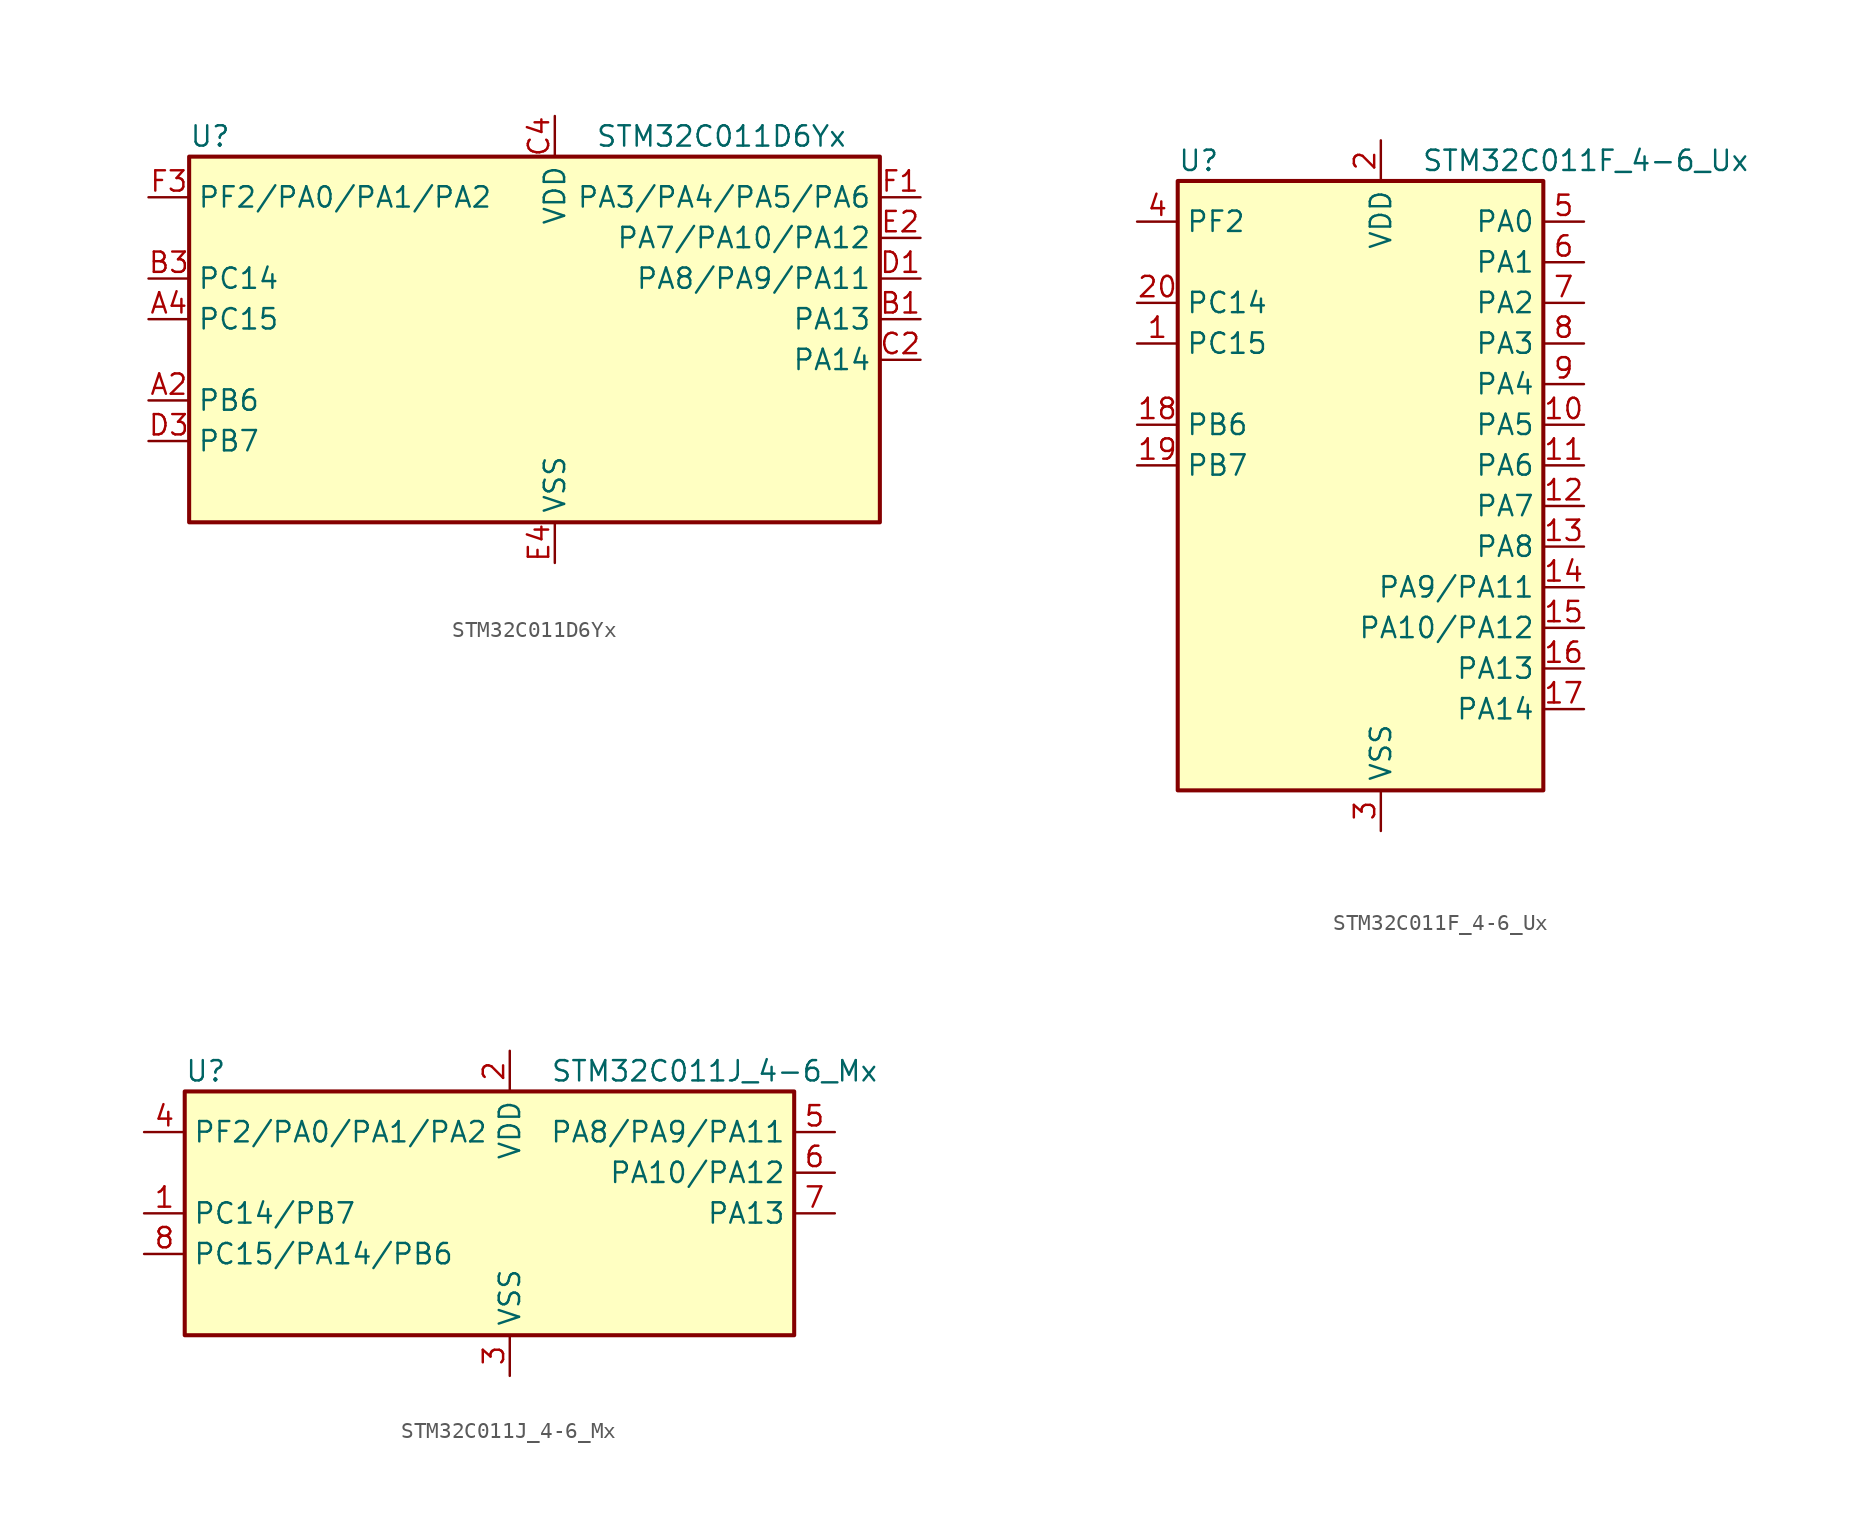
<source format=kicad_sym>
(kicad_symbol_lib
  (version 20211014)
  (generator kicad-library-utils)
  (symbol "STM32C011D6Yx"
    (property "Reference" "U"
      (at -20.32 13.97 0)
      (effects (font (size 1.27 1.27)) (justify left)))
    (property "Value" "STM32C011D6Yx"
      (at 5.08 13.97 0)
      (effects (font (size 1.27 1.27)) (justify left)))
    (property "ki_fp_filters" "ST*WLCSP*Die443*"
      (at 0.0 0.0 0.0)
      (effects (font (size 1.27 1.27))))
    (symbol "STM32C011D6Yx_0_1"
      (rectangle (start -20.32 -10.16) (end 22.86 12.7) (stroke (width 0.254)) (fill (type background))))
    (symbol "STM32C011D6Yx_1_1"
      (pin bidirectional line (at -22.86 10.16 0) (length 2.54) (name "PF2/PA0/PA1/PA2" (effects (font (size 1.27 1.27)))) (number "F3" (effects (font (size 1.27 1.27)))) (alternate "RCC_MCO" bidirectional line) (alternate "TIM1_CH4" bidirectional line))
      (pin bidirectional line (at -22.86 5.08 0) (length 2.54) (name "PC14" (effects (font (size 1.27 1.27)))) (number "B3" (effects (font (size 1.27 1.27)))) (alternate "I2C1_SDA" bidirectional line) (alternate "IR_OUT" bidirectional line) (alternate "RCC_OSCX_IN" bidirectional line) (alternate "TIM17_CH1" bidirectional line) (alternate "TIM1_BKIN2" bidirectional line) (alternate "TIM1_ETR" bidirectional line) (alternate "TIM3_CH2" bidirectional line) (alternate "USART1_TX" bidirectional line) (alternate "USART2_CK" bidirectional line) (alternate "USART2_DE" bidirectional line) (alternate "USART2_RTS" bidirectional line))
      (pin bidirectional line (at -22.86 2.54 0) (length 2.54) (name "PC15" (effects (font (size 1.27 1.27)))) (number "A4" (effects (font (size 1.27 1.27)))) (alternate "RCC_OSC32_EN" bidirectional line) (alternate "RCC_OSCX_OUT" bidirectional line) (alternate "RCC_OSC_EN" bidirectional line) (alternate "TIM1_ETR" bidirectional line) (alternate "TIM3_CH3" bidirectional line))
      (pin bidirectional line (at -22.86 -2.54 0) (length 2.54) (name "PB6" (effects (font (size 1.27 1.27)))) (number "A2" (effects (font (size 1.27 1.27)))) (alternate "I2C1_SCL" bidirectional line) (alternate "I2C1_SMBA" bidirectional line) (alternate "I2S1_CK" bidirectional line) (alternate "I2S1_MCK" bidirectional line) (alternate "I2S1_SD" bidirectional line) (alternate "PWR_WKUP3" bidirectional line) (alternate "SPI1_MISO" bidirectional line) (alternate "SPI1_MOSI" bidirectional line) (alternate "SPI1_SCK" bidirectional line) (alternate "TIM16_BKIN" bidirectional line) (alternate "TIM16_CH1N" bidirectional line) (alternate "TIM17_BKIN" bidirectional line) (alternate "TIM1_CH2" bidirectional line) (alternate "TIM1_CH3" bidirectional line) (alternate "TIM3_CH1" bidirectional line) (alternate "TIM3_CH2" bidirectional line) (alternate "TIM3_CH3" bidirectional line) (alternate "USART1_CK" bidirectional line) (alternate "USART1_CTS" bidirectional line) (alternate "USART1_DE" bidirectional line) (alternate "USART1_NSS" bidirectional line) (alternate "USART1_RTS" bidirectional line) (alternate "USART1_TX" bidirectional line))
      (pin bidirectional line (at -22.86 -5.08 0) (length 2.54) (name "PB7" (effects (font (size 1.27 1.27)))) (number "D3" (effects (font (size 1.27 1.27)))) (alternate "I2C1_SCL" bidirectional line) (alternate "I2C1_SDA" bidirectional line) (alternate "RTC_REFIN" bidirectional line) (alternate "TIM16_CH1" bidirectional line) (alternate "TIM17_CH1N" bidirectional line) (alternate "TIM1_CH4" bidirectional line) (alternate "TIM3_CH1" bidirectional line) (alternate "TIM3_CH4" bidirectional line) (alternate "USART1_RX" bidirectional line) (alternate "USART2_CTS" bidirectional line) (alternate "USART2_NSS" bidirectional line))
      (pin bidirectional line (at 25.4 10.16 180) (length 2.54) (name "PA3/PA4/PA5/PA6" (effects (font (size 1.27 1.27)))) (number "F1" (effects (font (size 1.27 1.27)))) (alternate "ADC1_IN3" bidirectional line) (alternate "TIM1_CH1N" bidirectional line) (alternate "TIM1_CH4" bidirectional line) (alternate "USART2_RX" bidirectional line))
      (pin bidirectional line (at 25.4 7.62 180) (length 2.54) (name "PA7/PA10/PA12" (effects (font (size 1.27 1.27)))) (number "E2" (effects (font (size 1.27 1.27)))) (alternate "ADC1_IN7" bidirectional line) (alternate "I2S1_SD" bidirectional line) (alternate "SPI1_MOSI" bidirectional line) (alternate "TIM14_CH1" bidirectional line) (alternate "TIM17_CH1" bidirectional line) (alternate "TIM1_CH1N" bidirectional line) (alternate "TIM3_CH2" bidirectional line))
      (pin bidirectional line (at 25.4 5.08 180) (length 2.54) (name "PA8/PA9/PA11" (effects (font (size 1.27 1.27)))) (number "D1" (effects (font (size 1.27 1.27)))) (alternate "ADC1_IN8" bidirectional line) (alternate "I2S1_WS" bidirectional line) (alternate "RCC_MCO" bidirectional line) (alternate "RCC_MCO_2" bidirectional line) (alternate "SPI1_NSS" bidirectional line) (alternate "TIM14_CH1" bidirectional line) (alternate "TIM1_CH1" bidirectional line) (alternate "TIM1_CH2N" bidirectional line) (alternate "TIM1_CH3N" bidirectional line) (alternate "TIM3_CH3" bidirectional line) (alternate "TIM3_CH4" bidirectional line) (alternate "USART1_RX" bidirectional line) (alternate "USART2_TX" bidirectional line))
      (pin bidirectional line (at 25.4 2.54 180) (length 2.54) (name "PA13" (effects (font (size 1.27 1.27)))) (number "B1" (effects (font (size 1.27 1.27)))) (alternate "ADC1_IN13" bidirectional line) (alternate "DEBUG_SWDIO" bidirectional line) (alternate "IR_OUT" bidirectional line) (alternate "TIM3_ETR" bidirectional line) (alternate "USART2_RX" bidirectional line))
      (pin bidirectional line (at 25.4 0.0 180) (length 2.54) (name "PA14" (effects (font (size 1.27 1.27)))) (number "C2" (effects (font (size 1.27 1.27)))) (alternate "ADC1_IN14" bidirectional line) (alternate "DEBUG_SWCLK" bidirectional line) (alternate "I2S1_WS" bidirectional line) (alternate "RCC_MCO_2" bidirectional line) (alternate "SPI1_NSS" bidirectional line) (alternate "TIM1_CH1" bidirectional line) (alternate "USART1_CK" bidirectional line) (alternate "USART1_DE" bidirectional line) (alternate "USART1_RTS" bidirectional line) (alternate "USART2_RX" bidirectional line) (alternate "USART2_TX" bidirectional line))
      (pin power_in line (at 2.54 15.24 270) (length 2.54) (name "VDD" (effects (font (size 1.27 1.27)))) (number "C4" (effects (font (size 1.27 1.27)))))
      (pin power_in line (at 2.54 -12.7 90) (length 2.54) (name "VSS" (effects (font (size 1.27 1.27)))) (number "E4" (effects (font (size 1.27 1.27)))))))
  (symbol "STM32C011F_4-6_Ux"
    (property "Reference" "U"
      (at -10.16 21.59 0)
      (effects (font (size 1.27 1.27)) (justify left)))
    (property "Value" "STM32C011F_4-6_Ux"
      (at 5.08 21.59 0)
      (effects (font (size 1.27 1.27)) (justify left)))
    (property "ki_fp_filters" "ST*UFQFPN*3x3mm*P0.5mm*"
      (at 0.0 0.0 0.0)
      (effects (font (size 1.27 1.27))))
    (symbol "STM32C011F_4-6_Ux_0_1"
      (rectangle (start -10.16 -17.78) (end 12.7 20.32) (stroke (width 0.254)) (fill (type background))))
    (symbol "STM32C011F_4-6_Ux_1_1"
      (pin bidirectional line (at -12.7 17.78 0) (length 2.54) (name "PF2" (effects (font (size 1.27 1.27)))) (number "4" (effects (font (size 1.27 1.27)))) (alternate "RCC_MCO" bidirectional line) (alternate "TIM1_CH4" bidirectional line))
      (pin bidirectional line (at -12.7 12.7 0) (length 2.54) (name "PC14" (effects (font (size 1.27 1.27)))) (number "20" (effects (font (size 1.27 1.27)))) (alternate "I2C1_SDA" bidirectional line) (alternate "IR_OUT" bidirectional line) (alternate "RCC_OSCX_IN" bidirectional line) (alternate "TIM17_CH1" bidirectional line) (alternate "TIM1_BKIN2" bidirectional line) (alternate "TIM1_ETR" bidirectional line) (alternate "TIM3_CH2" bidirectional line) (alternate "USART1_TX" bidirectional line) (alternate "USART2_CK" bidirectional line) (alternate "USART2_DE" bidirectional line) (alternate "USART2_RTS" bidirectional line))
      (pin bidirectional line (at -12.7 10.16 0) (length 2.54) (name "PC15" (effects (font (size 1.27 1.27)))) (number "1" (effects (font (size 1.27 1.27)))) (alternate "RCC_OSC32_EN" bidirectional line) (alternate "RCC_OSCX_OUT" bidirectional line) (alternate "RCC_OSC_EN" bidirectional line) (alternate "TIM1_ETR" bidirectional line) (alternate "TIM3_CH3" bidirectional line))
      (pin bidirectional line (at -12.7 5.08 0) (length 2.54) (name "PB6" (effects (font (size 1.27 1.27)))) (number "18" (effects (font (size 1.27 1.27)))) (alternate "I2C1_SCL" bidirectional line) (alternate "I2C1_SMBA" bidirectional line) (alternate "I2S1_CK" bidirectional line) (alternate "I2S1_MCK" bidirectional line) (alternate "I2S1_SD" bidirectional line) (alternate "PWR_WKUP3" bidirectional line) (alternate "SPI1_MISO" bidirectional line) (alternate "SPI1_MOSI" bidirectional line) (alternate "SPI1_SCK" bidirectional line) (alternate "TIM16_BKIN" bidirectional line) (alternate "TIM16_CH1N" bidirectional line) (alternate "TIM17_BKIN" bidirectional line) (alternate "TIM1_CH2" bidirectional line) (alternate "TIM1_CH3" bidirectional line) (alternate "TIM3_CH1" bidirectional line) (alternate "TIM3_CH2" bidirectional line) (alternate "TIM3_CH3" bidirectional line) (alternate "USART1_CK" bidirectional line) (alternate "USART1_CTS" bidirectional line) (alternate "USART1_DE" bidirectional line) (alternate "USART1_NSS" bidirectional line) (alternate "USART1_RTS" bidirectional line) (alternate "USART1_TX" bidirectional line))
      (pin bidirectional line (at -12.7 2.54 0) (length 2.54) (name "PB7" (effects (font (size 1.27 1.27)))) (number "19" (effects (font (size 1.27 1.27)))) (alternate "I2C1_SCL" bidirectional line) (alternate "I2C1_SDA" bidirectional line) (alternate "RTC_REFIN" bidirectional line) (alternate "TIM16_CH1" bidirectional line) (alternate "TIM17_CH1N" bidirectional line) (alternate "TIM1_CH4" bidirectional line) (alternate "TIM3_CH1" bidirectional line) (alternate "TIM3_CH4" bidirectional line) (alternate "USART1_RX" bidirectional line) (alternate "USART2_CTS" bidirectional line) (alternate "USART2_NSS" bidirectional line))
      (pin bidirectional line (at 15.24 17.78 180) (length 2.54) (name "PA0" (effects (font (size 1.27 1.27)))) (number "5" (effects (font (size 1.27 1.27)))) (alternate "ADC1_IN0" bidirectional line) (alternate "PWR_WKUP1" bidirectional line) (alternate "TIM16_CH1" bidirectional line) (alternate "TIM1_CH1" bidirectional line) (alternate "USART1_TX" bidirectional line) (alternate "USART2_CTS" bidirectional line) (alternate "USART2_NSS" bidirectional line))
      (pin bidirectional line (at 15.24 15.24 180) (length 2.54) (name "PA1" (effects (font (size 1.27 1.27)))) (number "6" (effects (font (size 1.27 1.27)))) (alternate "ADC1_IN1" bidirectional line) (alternate "I2C1_SMBA" bidirectional line) (alternate "I2S1_CK" bidirectional line) (alternate "SPI1_SCK" bidirectional line) (alternate "TIM17_CH1" bidirectional line) (alternate "TIM1_CH2" bidirectional line) (alternate "USART1_RX" bidirectional line) (alternate "USART2_CK" bidirectional line) (alternate "USART2_DE" bidirectional line) (alternate "USART2_RTS" bidirectional line))
      (pin bidirectional line (at 15.24 12.7 180) (length 2.54) (name "PA2" (effects (font (size 1.27 1.27)))) (number "7" (effects (font (size 1.27 1.27)))) (alternate "ADC1_IN2" bidirectional line) (alternate "I2S1_SD" bidirectional line) (alternate "PWR_WKUP4" bidirectional line) (alternate "RCC_LSCO" bidirectional line) (alternate "SPI1_MOSI" bidirectional line) (alternate "TIM16_CH1N" bidirectional line) (alternate "TIM1_CH3" bidirectional line) (alternate "TIM3_ETR" bidirectional line) (alternate "USART2_TX" bidirectional line))
      (pin bidirectional line (at 15.24 10.16 180) (length 2.54) (name "PA3" (effects (font (size 1.27 1.27)))) (number "8" (effects (font (size 1.27 1.27)))) (alternate "ADC1_IN3" bidirectional line) (alternate "TIM1_CH1N" bidirectional line) (alternate "TIM1_CH4" bidirectional line) (alternate "USART2_RX" bidirectional line))
      (pin bidirectional line (at 15.24 7.62 180) (length 2.54) (name "PA4" (effects (font (size 1.27 1.27)))) (number "9" (effects (font (size 1.27 1.27)))) (alternate "ADC1_IN4" bidirectional line) (alternate "I2S1_WS" bidirectional line) (alternate "PWR_WKUP2" bidirectional line) (alternate "RTC_OUT1" bidirectional line) (alternate "RTC_TS" bidirectional line) (alternate "SPI1_NSS" bidirectional line) (alternate "TIM14_CH1" bidirectional line) (alternate "TIM17_CH1N" bidirectional line) (alternate "TIM1_CH2N" bidirectional line) (alternate "USART2_TX" bidirectional line))
      (pin bidirectional line (at 15.24 5.08 180) (length 2.54) (name "PA5" (effects (font (size 1.27 1.27)))) (number "10" (effects (font (size 1.27 1.27)))) (alternate "ADC1_IN5" bidirectional line) (alternate "I2S1_CK" bidirectional line) (alternate "SPI1_SCK" bidirectional line) (alternate "TIM1_CH1" bidirectional line) (alternate "TIM1_CH3N" bidirectional line) (alternate "USART2_RX" bidirectional line))
      (pin bidirectional line (at 15.24 2.54 180) (length 2.54) (name "PA6" (effects (font (size 1.27 1.27)))) (number "11" (effects (font (size 1.27 1.27)))) (alternate "ADC1_IN6" bidirectional line) (alternate "I2S1_MCK" bidirectional line) (alternate "SPI1_MISO" bidirectional line) (alternate "TIM16_CH1" bidirectional line) (alternate "TIM1_BKIN" bidirectional line) (alternate "TIM3_CH1" bidirectional line))
      (pin bidirectional line (at 15.24 0.0 180) (length 2.54) (name "PA7" (effects (font (size 1.27 1.27)))) (number "12" (effects (font (size 1.27 1.27)))) (alternate "ADC1_IN7" bidirectional line) (alternate "I2S1_SD" bidirectional line) (alternate "SPI1_MOSI" bidirectional line) (alternate "TIM14_CH1" bidirectional line) (alternate "TIM17_CH1" bidirectional line) (alternate "TIM1_CH1N" bidirectional line) (alternate "TIM3_CH2" bidirectional line))
      (pin bidirectional line (at 15.24 -2.54 180) (length 2.54) (name "PA8" (effects (font (size 1.27 1.27)))) (number "13" (effects (font (size 1.27 1.27)))) (alternate "ADC1_IN8" bidirectional line) (alternate "I2S1_WS" bidirectional line) (alternate "RCC_MCO" bidirectional line) (alternate "RCC_MCO_2" bidirectional line) (alternate "SPI1_NSS" bidirectional line) (alternate "TIM14_CH1" bidirectional line) (alternate "TIM1_CH1" bidirectional line) (alternate "TIM1_CH2N" bidirectional line) (alternate "TIM1_CH3N" bidirectional line) (alternate "TIM3_CH3" bidirectional line) (alternate "TIM3_CH4" bidirectional line) (alternate "USART1_RX" bidirectional line) (alternate "USART2_TX" bidirectional line))
      (pin bidirectional line (at 15.24 -5.08 180) (length 2.54) (name "PA9/PA11" (effects (font (size 1.27 1.27)))) (number "14" (effects (font (size 1.27 1.27)))) (alternate "I2C1_SCL" bidirectional line) (alternate "RCC_MCO" bidirectional line) (alternate "TIM1_CH2" bidirectional line) (alternate "TIM3_ETR" bidirectional line) (alternate "USART1_TX" bidirectional line))
      (pin bidirectional line (at 15.24 -7.62 180) (length 2.54) (name "PA10/PA12" (effects (font (size 1.27 1.27)))) (number "15" (effects (font (size 1.27 1.27)))) (alternate "I2C1_SDA" bidirectional line) (alternate "RCC_MCO_2" bidirectional line) (alternate "TIM17_BKIN" bidirectional line) (alternate "TIM1_CH3" bidirectional line) (alternate "USART1_RX" bidirectional line))
      (pin bidirectional line (at 15.24 -10.16 180) (length 2.54) (name "PA13" (effects (font (size 1.27 1.27)))) (number "16" (effects (font (size 1.27 1.27)))) (alternate "ADC1_IN13" bidirectional line) (alternate "DEBUG_SWDIO" bidirectional line) (alternate "IR_OUT" bidirectional line) (alternate "TIM3_ETR" bidirectional line) (alternate "USART2_RX" bidirectional line))
      (pin bidirectional line (at 15.24 -12.7 180) (length 2.54) (name "PA14" (effects (font (size 1.27 1.27)))) (number "17" (effects (font (size 1.27 1.27)))) (alternate "ADC1_IN14" bidirectional line) (alternate "DEBUG_SWCLK" bidirectional line) (alternate "I2S1_WS" bidirectional line) (alternate "RCC_MCO_2" bidirectional line) (alternate "SPI1_NSS" bidirectional line) (alternate "TIM1_CH1" bidirectional line) (alternate "USART1_CK" bidirectional line) (alternate "USART1_DE" bidirectional line) (alternate "USART1_RTS" bidirectional line) (alternate "USART2_RX" bidirectional line) (alternate "USART2_TX" bidirectional line))
      (pin power_in line (at 2.54 22.86 270) (length 2.54) (name "VDD" (effects (font (size 1.27 1.27)))) (number "2" (effects (font (size 1.27 1.27)))))
      (pin power_in line (at 2.54 -20.32 90) (length 2.54) (name "VSS" (effects (font (size 1.27 1.27)))) (number "3" (effects (font (size 1.27 1.27)))))))
  (symbol "STM32C011J_4-6_Mx"
    (property "Reference" "U"
      (at -17.78 8.89 0)
      (effects (font (size 1.27 1.27)) (justify left)))
    (property "Value" "STM32C011J_4-6_Mx"
      (at 5.08 8.89 0)
      (effects (font (size 1.27 1.27)) (justify left)))
    (property "ki_fp_filters" "SO*3.9x4.9mm*P1.27mm*"
      (at 0.0 0.0 0.0)
      (effects (font (size 1.27 1.27))))
    (symbol "STM32C011J_4-6_Mx_0_1"
      (rectangle (start -17.78 -7.62) (end 20.32 7.62) (stroke (width 0.254)) (fill (type background))))
    (symbol "STM32C011J_4-6_Mx_1_1"
      (pin bidirectional line (at -20.32 5.08 0) (length 2.54) (name "PF2/PA0/PA1/PA2" (effects (font (size 1.27 1.27)))) (number "4" (effects (font (size 1.27 1.27)))) (alternate "RCC_MCO" bidirectional line) (alternate "TIM1_CH4" bidirectional line))
      (pin bidirectional line (at -20.32 0.0 0) (length 2.54) (name "PC14/PB7" (effects (font (size 1.27 1.27)))) (number "1" (effects (font (size 1.27 1.27)))) (alternate "I2C1_SDA" bidirectional line) (alternate "IR_OUT" bidirectional line) (alternate "RCC_OSCX_IN" bidirectional line) (alternate "TIM17_CH1" bidirectional line) (alternate "TIM1_BKIN2" bidirectional line) (alternate "TIM1_ETR" bidirectional line) (alternate "TIM3_CH2" bidirectional line) (alternate "USART1_TX" bidirectional line) (alternate "USART2_CK" bidirectional line) (alternate "USART2_DE" bidirectional line) (alternate "USART2_RTS" bidirectional line))
      (pin bidirectional line (at -20.32 -2.54 0) (length 2.54) (name "PC15/PA14/PB6" (effects (font (size 1.27 1.27)))) (number "8" (effects (font (size 1.27 1.27)))) (alternate "RCC_OSC32_EN" bidirectional line) (alternate "RCC_OSCX_OUT" bidirectional line) (alternate "RCC_OSC_EN" bidirectional line) (alternate "TIM1_ETR" bidirectional line) (alternate "TIM3_CH3" bidirectional line))
      (pin bidirectional line (at 22.86 5.08 180) (length 2.54) (name "PA8/PA9/PA11" (effects (font (size 1.27 1.27)))) (number "5" (effects (font (size 1.27 1.27)))) (alternate "ADC1_IN8" bidirectional line) (alternate "I2S1_WS" bidirectional line) (alternate "RCC_MCO" bidirectional line) (alternate "RCC_MCO_2" bidirectional line) (alternate "SPI1_NSS" bidirectional line) (alternate "TIM14_CH1" bidirectional line) (alternate "TIM1_CH1" bidirectional line) (alternate "TIM1_CH2N" bidirectional line) (alternate "TIM1_CH3N" bidirectional line) (alternate "TIM3_CH3" bidirectional line) (alternate "TIM3_CH4" bidirectional line) (alternate "USART1_RX" bidirectional line) (alternate "USART2_TX" bidirectional line))
      (pin bidirectional line (at 22.86 2.54 180) (length 2.54) (name "PA10/PA12" (effects (font (size 1.27 1.27)))) (number "6" (effects (font (size 1.27 1.27)))) (alternate "I2C1_SDA" bidirectional line) (alternate "RCC_MCO_2" bidirectional line) (alternate "TIM17_BKIN" bidirectional line) (alternate "TIM1_CH3" bidirectional line) (alternate "USART1_RX" bidirectional line))
      (pin bidirectional line (at 22.86 0.0 180) (length 2.54) (name "PA13" (effects (font (size 1.27 1.27)))) (number "7" (effects (font (size 1.27 1.27)))) (alternate "ADC1_IN13" bidirectional line) (alternate "DEBUG_SWDIO" bidirectional line) (alternate "IR_OUT" bidirectional line) (alternate "TIM3_ETR" bidirectional line) (alternate "USART2_RX" bidirectional line))
      (pin power_in line (at 2.54 10.16 270) (length 2.54) (name "VDD" (effects (font (size 1.27 1.27)))) (number "2" (effects (font (size 1.27 1.27)))))
      (pin power_in line (at 2.54 -10.16 90) (length 2.54) (name "VSS" (effects (font (size 1.27 1.27)))) (number "3" (effects (font (size 1.27 1.27))))))))
</source>
